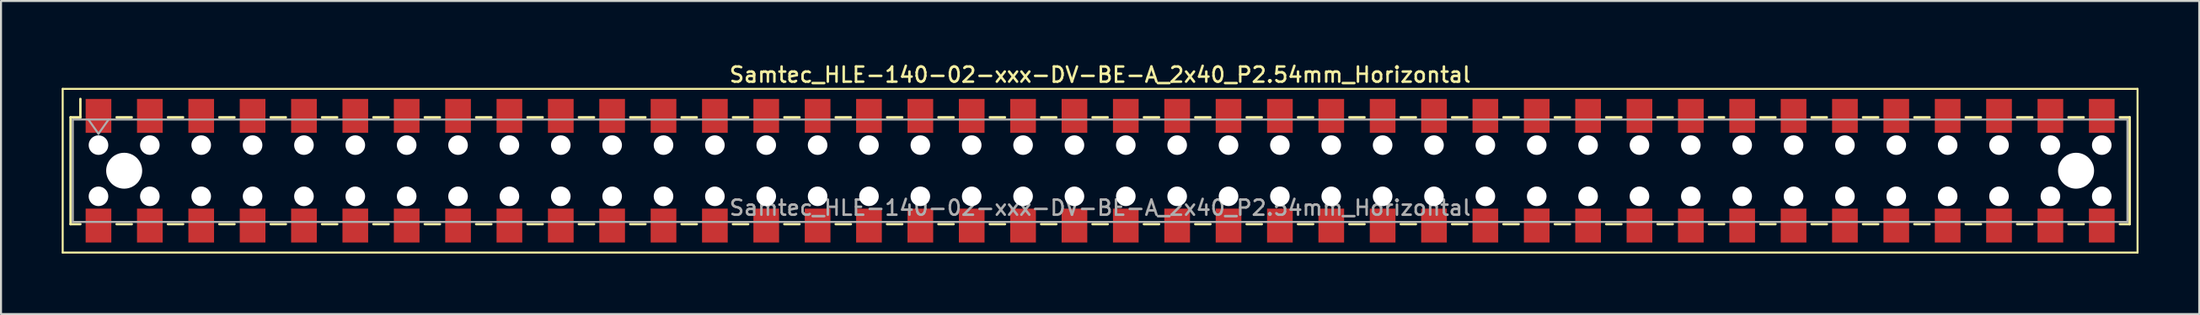
<source format=kicad_pcb>
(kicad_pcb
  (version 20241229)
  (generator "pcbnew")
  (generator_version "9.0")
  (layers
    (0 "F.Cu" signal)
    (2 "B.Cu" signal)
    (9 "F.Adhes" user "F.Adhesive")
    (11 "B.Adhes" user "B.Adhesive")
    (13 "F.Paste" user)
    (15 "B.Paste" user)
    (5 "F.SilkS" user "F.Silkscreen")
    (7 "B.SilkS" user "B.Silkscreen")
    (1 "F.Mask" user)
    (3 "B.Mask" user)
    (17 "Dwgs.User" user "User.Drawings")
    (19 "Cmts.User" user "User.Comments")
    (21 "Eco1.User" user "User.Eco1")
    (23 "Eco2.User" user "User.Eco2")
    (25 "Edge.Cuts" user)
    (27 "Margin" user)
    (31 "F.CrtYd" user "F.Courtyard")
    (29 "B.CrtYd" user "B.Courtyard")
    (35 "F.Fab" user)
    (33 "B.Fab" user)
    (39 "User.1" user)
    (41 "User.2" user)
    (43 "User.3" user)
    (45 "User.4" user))
  (footprint "Samtec_HLE-140-02-xxx-DV-BE-A_2x40_P2.54mm_Horizontal"
    (layer "F.Cu")
    (at 51.35 5.418)
    (property "Reference" "Samtec_HLE-140-02-xxx-DV-BE-A_2x40_P2.54mm_Horizontal" (at 0 -4.76 0) (layer "F.SilkS") (effects (font (size 0.75 0.75) (thickness 0.125))))
    (attr smd)
    (fp_line (start -51.3 -4.06) (end 51.3 -4.06) (stroke (width 0.1) (type solid)) (layer "F.SilkS"))
    (fp_line (start -51.3 4.06) (end -51.3 -4.06) (stroke (width 0.1) (type solid)) (layer "F.SilkS"))
    (fp_line (start -50.91 -2.65) (end -50.91 2.65) (stroke (width 0.12) (type solid)) (layer "F.SilkS"))
    (fp_line (start -50.91 2.65) (end -50.425 2.65) (stroke (width 0.12) (type solid)) (layer "F.SilkS"))
    (fp_line (start -50.425 -3.56) (end -50.425 -2.65) (stroke (width 0.12) (type solid)) (layer "F.SilkS"))
    (fp_line (start -50.425 -2.65) (end -50.91 -2.65) (stroke (width 0.12) (type solid)) (layer "F.SilkS"))
    (fp_line (start -48.635 -2.65) (end -47.885 -2.65) (stroke (width 0.12) (type solid)) (layer "F.SilkS"))
    (fp_line (start -48.635 2.65) (end -47.885 2.65) (stroke (width 0.12) (type solid)) (layer "F.SilkS"))
    (fp_line (start -46.095 -2.65) (end -45.345 -2.65) (stroke (width 0.12) (type solid)) (layer "F.SilkS"))
    (fp_line (start -46.095 2.65) (end -45.345 2.65) (stroke (width 0.12) (type solid)) (layer "F.SilkS"))
    (fp_line (start -43.555 -2.65) (end -42.805 -2.65) (stroke (width 0.12) (type solid)) (layer "F.SilkS"))
    (fp_line (start -43.555 2.65) (end -42.805 2.65) (stroke (width 0.12) (type solid)) (layer "F.SilkS"))
    (fp_line (start -41.015 -2.65) (end -40.265 -2.65) (stroke (width 0.12) (type solid)) (layer "F.SilkS"))
    (fp_line (start -41.015 2.65) (end -40.265 2.65) (stroke (width 0.12) (type solid)) (layer "F.SilkS"))
    (fp_line (start -38.475 -2.65) (end -37.725 -2.65) (stroke (width 0.12) (type solid)) (layer "F.SilkS"))
    (fp_line (start -38.475 2.65) (end -37.725 2.65) (stroke (width 0.12) (type solid)) (layer "F.SilkS"))
    (fp_line (start -35.935 -2.65) (end -35.185 -2.65) (stroke (width 0.12) (type solid)) (layer "F.SilkS"))
    (fp_line (start -35.935 2.65) (end -35.185 2.65) (stroke (width 0.12) (type solid)) (layer "F.SilkS"))
    (fp_line (start -33.395 -2.65) (end -32.645 -2.65) (stroke (width 0.12) (type solid)) (layer "F.SilkS"))
    (fp_line (start -33.395 2.65) (end -32.645 2.65) (stroke (width 0.12) (type solid)) (layer "F.SilkS"))
    (fp_line (start -30.855 -2.65) (end -30.105 -2.65) (stroke (width 0.12) (type solid)) (layer "F.SilkS"))
    (fp_line (start -30.855 2.65) (end -30.105 2.65) (stroke (width 0.12) (type solid)) (layer "F.SilkS"))
    (fp_line (start -28.315 -2.65) (end -27.565 -2.65) (stroke (width 0.12) (type solid)) (layer "F.SilkS"))
    (fp_line (start -28.315 2.65) (end -27.565 2.65) (stroke (width 0.12) (type solid)) (layer "F.SilkS"))
    (fp_line (start -25.775 -2.65) (end -25.025 -2.65) (stroke (width 0.12) (type solid)) (layer "F.SilkS"))
    (fp_line (start -25.775 2.65) (end -25.025 2.65) (stroke (width 0.12) (type solid)) (layer "F.SilkS"))
    (fp_line (start -23.235 -2.65) (end -22.485 -2.65) (stroke (width 0.12) (type solid)) (layer "F.SilkS"))
    (fp_line (start -23.235 2.65) (end -22.485 2.65) (stroke (width 0.12) (type solid)) (layer "F.SilkS"))
    (fp_line (start -20.695 -2.65) (end -19.945 -2.65) (stroke (width 0.12) (type solid)) (layer "F.SilkS"))
    (fp_line (start -20.695 2.65) (end -19.945 2.65) (stroke (width 0.12) (type solid)) (layer "F.SilkS"))
    (fp_line (start -18.155 -2.65) (end -17.405 -2.65) (stroke (width 0.12) (type solid)) (layer "F.SilkS"))
    (fp_line (start -18.155 2.65) (end -17.405 2.65) (stroke (width 0.12) (type solid)) (layer "F.SilkS"))
    (fp_line (start -15.615 -2.65) (end -14.865 -2.65) (stroke (width 0.12) (type solid)) (layer "F.SilkS"))
    (fp_line (start -15.615 2.65) (end -14.865 2.65) (stroke (width 0.12) (type solid)) (layer "F.SilkS"))
    (fp_line (start -13.075 -2.65) (end -12.325 -2.65) (stroke (width 0.12) (type solid)) (layer "F.SilkS"))
    (fp_line (start -13.075 2.65) (end -12.325 2.65) (stroke (width 0.12) (type solid)) (layer "F.SilkS"))
    (fp_line (start -10.535 -2.65) (end -9.785 -2.65) (stroke (width 0.12) (type solid)) (layer "F.SilkS"))
    (fp_line (start -10.535 2.65) (end -9.785 2.65) (stroke (width 0.12) (type solid)) (layer "F.SilkS"))
    (fp_line (start -7.995 -2.65) (end -7.245 -2.65) (stroke (width 0.12) (type solid)) (layer "F.SilkS"))
    (fp_line (start -7.995 2.65) (end -7.245 2.65) (stroke (width 0.12) (type solid)) (layer "F.SilkS"))
    (fp_line (start -5.455 -2.65) (end -4.705 -2.65) (stroke (width 0.12) (type solid)) (layer "F.SilkS"))
    (fp_line (start -5.455 2.65) (end -4.705 2.65) (stroke (width 0.12) (type solid)) (layer "F.SilkS"))
    (fp_line (start -2.915 -2.65) (end -2.165 -2.65) (stroke (width 0.12) (type solid)) (layer "F.SilkS"))
    (fp_line (start -2.915 2.65) (end -2.165 2.65) (stroke (width 0.12) (type solid)) (layer "F.SilkS"))
    (fp_line (start -0.375 -2.65) (end 0.375 -2.65) (stroke (width 0.12) (type solid)) (layer "F.SilkS"))
    (fp_line (start -0.375 2.65) (end 0.375 2.65) (stroke (width 0.12) (type solid)) (layer "F.SilkS"))
    (fp_line (start 2.165 -2.65) (end 2.915 -2.65) (stroke (width 0.12) (type solid)) (layer "F.SilkS"))
    (fp_line (start 2.165 2.65) (end 2.915 2.65) (stroke (width 0.12) (type solid)) (layer "F.SilkS"))
    (fp_line (start 4.705 -2.65) (end 5.455 -2.65) (stroke (width 0.12) (type solid)) (layer "F.SilkS"))
    (fp_line (start 4.705 2.65) (end 5.455 2.65) (stroke (width 0.12) (type solid)) (layer "F.SilkS"))
    (fp_line (start 7.245 -2.65) (end 7.995 -2.65) (stroke (width 0.12) (type solid)) (layer "F.SilkS"))
    (fp_line (start 7.245 2.65) (end 7.995 2.65) (stroke (width 0.12) (type solid)) (layer "F.SilkS"))
    (fp_line (start 9.785 -2.65) (end 10.535 -2.65) (stroke (width 0.12) (type solid)) (layer "F.SilkS"))
    (fp_line (start 9.785 2.65) (end 10.535 2.65) (stroke (width 0.12) (type solid)) (layer "F.SilkS"))
    (fp_line (start 12.325 -2.65) (end 13.075 -2.65) (stroke (width 0.12) (type solid)) (layer "F.SilkS"))
    (fp_line (start 12.325 2.65) (end 13.075 2.65) (stroke (width 0.12) (type solid)) (layer "F.SilkS"))
    (fp_line (start 14.865 -2.65) (end 15.615 -2.65) (stroke (width 0.12) (type solid)) (layer "F.SilkS"))
    (fp_line (start 14.865 2.65) (end 15.615 2.65) (stroke (width 0.12) (type solid)) (layer "F.SilkS"))
    (fp_line (start 17.405 -2.65) (end 18.155 -2.65) (stroke (width 0.12) (type solid)) (layer "F.SilkS"))
    (fp_line (start 17.405 2.65) (end 18.155 2.65) (stroke (width 0.12) (type solid)) (layer "F.SilkS"))
    (fp_line (start 19.945 -2.65) (end 20.695 -2.65) (stroke (width 0.12) (type solid)) (layer "F.SilkS"))
    (fp_line (start 19.945 2.65) (end 20.695 2.65) (stroke (width 0.12) (type solid)) (layer "F.SilkS"))
    (fp_line (start 22.485 -2.65) (end 23.235 -2.65) (stroke (width 0.12) (type solid)) (layer "F.SilkS"))
    (fp_line (start 22.485 2.65) (end 23.235 2.65) (stroke (width 0.12) (type solid)) (layer "F.SilkS"))
    (fp_line (start 25.025 -2.65) (end 25.775 -2.65) (stroke (width 0.12) (type solid)) (layer "F.SilkS"))
    (fp_line (start 25.025 2.65) (end 25.775 2.65) (stroke (width 0.12) (type solid)) (layer "F.SilkS"))
    (fp_line (start 27.565 -2.65) (end 28.315 -2.65) (stroke (width 0.12) (type solid)) (layer "F.SilkS"))
    (fp_line (start 27.565 2.65) (end 28.315 2.65) (stroke (width 0.12) (type solid)) (layer "F.SilkS"))
    (fp_line (start 30.105 -2.65) (end 30.855 -2.65) (stroke (width 0.12) (type solid)) (layer "F.SilkS"))
    (fp_line (start 30.105 2.65) (end 30.855 2.65) (stroke (width 0.12) (type solid)) (layer "F.SilkS"))
    (fp_line (start 32.645 -2.65) (end 33.395 -2.65) (stroke (width 0.12) (type solid)) (layer "F.SilkS"))
    (fp_line (start 32.645 2.65) (end 33.395 2.65) (stroke (width 0.12) (type solid)) (layer "F.SilkS"))
    (fp_line (start 35.185 -2.65) (end 35.935 -2.65) (stroke (width 0.12) (type solid)) (layer "F.SilkS"))
    (fp_line (start 35.185 2.65) (end 35.935 2.65) (stroke (width 0.12) (type solid)) (layer "F.SilkS"))
    (fp_line (start 37.725 -2.65) (end 38.475 -2.65) (stroke (width 0.12) (type solid)) (layer "F.SilkS"))
    (fp_line (start 37.725 2.65) (end 38.475 2.65) (stroke (width 0.12) (type solid)) (layer "F.SilkS"))
    (fp_line (start 40.265 -2.65) (end 41.015 -2.65) (stroke (width 0.12) (type solid)) (layer "F.SilkS"))
    (fp_line (start 40.265 2.65) (end 41.015 2.65) (stroke (width 0.12) (type solid)) (layer "F.SilkS"))
    (fp_line (start 42.805 -2.65) (end 43.555 -2.65) (stroke (width 0.12) (type solid)) (layer "F.SilkS"))
    (fp_line (start 42.805 2.65) (end 43.555 2.65) (stroke (width 0.12) (type solid)) (layer "F.SilkS"))
    (fp_line (start 45.345 -2.65) (end 46.095 -2.65) (stroke (width 0.12) (type solid)) (layer "F.SilkS"))
    (fp_line (start 45.345 2.65) (end 46.095 2.65) (stroke (width 0.12) (type solid)) (layer "F.SilkS"))
    (fp_line (start 47.885 -2.65) (end 48.635 -2.65) (stroke (width 0.12) (type solid)) (layer "F.SilkS"))
    (fp_line (start 47.885 2.65) (end 48.635 2.65) (stroke (width 0.12) (type solid)) (layer "F.SilkS"))
    (fp_line (start 50.425 -2.65) (end 50.91 -2.65) (stroke (width 0.12) (type solid)) (layer "F.SilkS"))
    (fp_line (start 50.91 -2.65) (end 50.91 2.65) (stroke (width 0.12) (type solid)) (layer "F.SilkS"))
    (fp_line (start 50.91 2.65) (end 50.425 2.65) (stroke (width 0.12) (type solid)) (layer "F.SilkS"))
    (fp_line (start 51.3 -4.06) (end 51.3 4.06) (stroke (width 0.1) (type solid)) (layer "F.SilkS"))
    (fp_line (start 51.3 4.06) (end -51.3 4.06) (stroke (width 0.1) (type solid)) (layer "F.SilkS"))
    (fp_line (start -50.8 -2.54) (end 50.8 -2.54) (stroke (width 0.1) (type solid)) (layer "F.Fab"))
    (fp_line (start -50.8 2.54) (end -50.8 -2.54) (stroke (width 0.1) (type solid)) (layer "F.Fab"))
    (fp_line (start -50.03 -2.54) (end -49.53 -1.833) (stroke (width 0.1) (type solid)) (layer "F.Fab"))
    (fp_line (start -49.53 -1.833) (end -49.03 -2.54) (stroke (width 0.1) (type solid)) (layer "F.Fab"))
    (fp_line (start 50.8 -2.54) (end 50.8 2.54) (stroke (width 0.1) (type solid)) (layer "F.Fab"))
    (fp_line (start 50.8 2.54) (end -50.8 2.54) (stroke (width 0.1) (type solid)) (layer "F.Fab"))
    (fp_text user "${REFERENCE}" (at 0 1.84 0) (layer "F.Fab") (effects (font (size 0.75 0.75) (thickness 0.125))))
    (pad "" np_thru_hole circle (at -49.53 -1.27) (size 0.97 0.97) (drill 0.97) (layers "*.Cu" "*.Mask"))
    (pad "" np_thru_hole circle (at -49.53 1.27) (size 0.97 0.97) (drill 0.97) (layers "*.Cu" "*.Mask"))
    (pad "" np_thru_hole circle (at -48.26 0) (size 1.78 1.78) (drill 1.78) (layers "*.Cu" "*.Mask"))
    (pad "" np_thru_hole circle (at -46.99 -1.27) (size 0.97 0.97) (drill 0.97) (layers "*.Cu" "*.Mask"))
    (pad "" np_thru_hole circle (at -46.99 1.27) (size 0.97 0.97) (drill 0.97) (layers "*.Cu" "*.Mask"))
    (pad "" np_thru_hole circle (at -44.45 -1.27) (size 0.97 0.97) (drill 0.97) (layers "*.Cu" "*.Mask"))
    (pad "" np_thru_hole circle (at -44.45 1.27) (size 0.97 0.97) (drill 0.97) (layers "*.Cu" "*.Mask"))
    (pad "" np_thru_hole circle (at -41.91 -1.27) (size 0.97 0.97) (drill 0.97) (layers "*.Cu" "*.Mask"))
    (pad "" np_thru_hole circle (at -41.91 1.27) (size 0.97 0.97) (drill 0.97) (layers "*.Cu" "*.Mask"))
    (pad "" np_thru_hole circle (at -39.37 -1.27) (size 0.97 0.97) (drill 0.97) (layers "*.Cu" "*.Mask"))
    (pad "" np_thru_hole circle (at -39.37 1.27) (size 0.97 0.97) (drill 0.97) (layers "*.Cu" "*.Mask"))
    (pad "" np_thru_hole circle (at -36.83 -1.27) (size 0.97 0.97) (drill 0.97) (layers "*.Cu" "*.Mask"))
    (pad "" np_thru_hole circle (at -36.83 1.27) (size 0.97 0.97) (drill 0.97) (layers "*.Cu" "*.Mask"))
    (pad "" np_thru_hole circle (at -34.29 -1.27) (size 0.97 0.97) (drill 0.97) (layers "*.Cu" "*.Mask"))
    (pad "" np_thru_hole circle (at -34.29 1.27) (size 0.97 0.97) (drill 0.97) (layers "*.Cu" "*.Mask"))
    (pad "" np_thru_hole circle (at -31.75 -1.27) (size 0.97 0.97) (drill 0.97) (layers "*.Cu" "*.Mask"))
    (pad "" np_thru_hole circle (at -31.75 1.27) (size 0.97 0.97) (drill 0.97) (layers "*.Cu" "*.Mask"))
    (pad "" np_thru_hole circle (at -29.21 -1.27) (size 0.97 0.97) (drill 0.97) (layers "*.Cu" "*.Mask"))
    (pad "" np_thru_hole circle (at -29.21 1.27) (size 0.97 0.97) (drill 0.97) (layers "*.Cu" "*.Mask"))
    (pad "" np_thru_hole circle (at -26.67 -1.27) (size 0.97 0.97) (drill 0.97) (layers "*.Cu" "*.Mask"))
    (pad "" np_thru_hole circle (at -26.67 1.27) (size 0.97 0.97) (drill 0.97) (layers "*.Cu" "*.Mask"))
    (pad "" np_thru_hole circle (at -24.13 -1.27) (size 0.97 0.97) (drill 0.97) (layers "*.Cu" "*.Mask"))
    (pad "" np_thru_hole circle (at -24.13 1.27) (size 0.97 0.97) (drill 0.97) (layers "*.Cu" "*.Mask"))
    (pad "" np_thru_hole circle (at -21.59 -1.27) (size 0.97 0.97) (drill 0.97) (layers "*.Cu" "*.Mask"))
    (pad "" np_thru_hole circle (at -21.59 1.27) (size 0.97 0.97) (drill 0.97) (layers "*.Cu" "*.Mask"))
    (pad "" np_thru_hole circle (at -19.05 -1.27) (size 0.97 0.97) (drill 0.97) (layers "*.Cu" "*.Mask"))
    (pad "" np_thru_hole circle (at -19.05 1.27) (size 0.97 0.97) (drill 0.97) (layers "*.Cu" "*.Mask"))
    (pad "" np_thru_hole circle (at -16.51 -1.27) (size 0.97 0.97) (drill 0.97) (layers "*.Cu" "*.Mask"))
    (pad "" np_thru_hole circle (at -16.51 1.27) (size 0.97 0.97) (drill 0.97) (layers "*.Cu" "*.Mask"))
    (pad "" np_thru_hole circle (at -13.97 -1.27) (size 0.97 0.97) (drill 0.97) (layers "*.Cu" "*.Mask"))
    (pad "" np_thru_hole circle (at -13.97 1.27) (size 0.97 0.97) (drill 0.97) (layers "*.Cu" "*.Mask"))
    (pad "" np_thru_hole circle (at -11.43 -1.27) (size 0.97 0.97) (drill 0.97) (layers "*.Cu" "*.Mask"))
    (pad "" np_thru_hole circle (at -11.43 1.27) (size 0.97 0.97) (drill 0.97) (layers "*.Cu" "*.Mask"))
    (pad "" np_thru_hole circle (at -8.89 -1.27) (size 0.97 0.97) (drill 0.97) (layers "*.Cu" "*.Mask"))
    (pad "" np_thru_hole circle (at -8.89 1.27) (size 0.97 0.97) (drill 0.97) (layers "*.Cu" "*.Mask"))
    (pad "" np_thru_hole circle (at -6.35 -1.27) (size 0.97 0.97) (drill 0.97) (layers "*.Cu" "*.Mask"))
    (pad "" np_thru_hole circle (at -6.35 1.27) (size 0.97 0.97) (drill 0.97) (layers "*.Cu" "*.Mask"))
    (pad "" np_thru_hole circle (at -3.81 -1.27) (size 0.97 0.97) (drill 0.97) (layers "*.Cu" "*.Mask"))
    (pad "" np_thru_hole circle (at -3.81 1.27) (size 0.97 0.97) (drill 0.97) (layers "*.Cu" "*.Mask"))
    (pad "" np_thru_hole circle (at -1.27 -1.27) (size 0.97 0.97) (drill 0.97) (layers "*.Cu" "*.Mask"))
    (pad "" np_thru_hole circle (at -1.27 1.27) (size 0.97 0.97) (drill 0.97) (layers "*.Cu" "*.Mask"))
    (pad "" np_thru_hole circle (at 1.27 -1.27) (size 0.97 0.97) (drill 0.97) (layers "*.Cu" "*.Mask"))
    (pad "" np_thru_hole circle (at 1.27 1.27) (size 0.97 0.97) (drill 0.97) (layers "*.Cu" "*.Mask"))
    (pad "" np_thru_hole circle (at 3.81 -1.27) (size 0.97 0.97) (drill 0.97) (layers "*.Cu" "*.Mask"))
    (pad "" np_thru_hole circle (at 3.81 1.27) (size 0.97 0.97) (drill 0.97) (layers "*.Cu" "*.Mask"))
    (pad "" np_thru_hole circle (at 6.35 -1.27) (size 0.97 0.97) (drill 0.97) (layers "*.Cu" "*.Mask"))
    (pad "" np_thru_hole circle (at 6.35 1.27) (size 0.97 0.97) (drill 0.97) (layers "*.Cu" "*.Mask"))
    (pad "" np_thru_hole circle (at 8.89 -1.27) (size 0.97 0.97) (drill 0.97) (layers "*.Cu" "*.Mask"))
    (pad "" np_thru_hole circle (at 8.89 1.27) (size 0.97 0.97) (drill 0.97) (layers "*.Cu" "*.Mask"))
    (pad "" np_thru_hole circle (at 11.43 -1.27) (size 0.97 0.97) (drill 0.97) (layers "*.Cu" "*.Mask"))
    (pad "" np_thru_hole circle (at 11.43 1.27) (size 0.97 0.97) (drill 0.97) (layers "*.Cu" "*.Mask"))
    (pad "" np_thru_hole circle (at 13.97 -1.27) (size 0.97 0.97) (drill 0.97) (layers "*.Cu" "*.Mask"))
    (pad "" np_thru_hole circle (at 13.97 1.27) (size 0.97 0.97) (drill 0.97) (layers "*.Cu" "*.Mask"))
    (pad "" np_thru_hole circle (at 16.51 -1.27) (size 0.97 0.97) (drill 0.97) (layers "*.Cu" "*.Mask"))
    (pad "" np_thru_hole circle (at 16.51 1.27) (size 0.97 0.97) (drill 0.97) (layers "*.Cu" "*.Mask"))
    (pad "" np_thru_hole circle (at 19.05 -1.27) (size 0.97 0.97) (drill 0.97) (layers "*.Cu" "*.Mask"))
    (pad "" np_thru_hole circle (at 19.05 1.27) (size 0.97 0.97) (drill 0.97) (layers "*.Cu" "*.Mask"))
    (pad "" np_thru_hole circle (at 21.59 -1.27) (size 0.97 0.97) (drill 0.97) (layers "*.Cu" "*.Mask"))
    (pad "" np_thru_hole circle (at 21.59 1.27) (size 0.97 0.97) (drill 0.97) (layers "*.Cu" "*.Mask"))
    (pad "" np_thru_hole circle (at 24.13 -1.27) (size 0.97 0.97) (drill 0.97) (layers "*.Cu" "*.Mask"))
    (pad "" np_thru_hole circle (at 24.13 1.27) (size 0.97 0.97) (drill 0.97) (layers "*.Cu" "*.Mask"))
    (pad "" np_thru_hole circle (at 26.67 -1.27) (size 0.97 0.97) (drill 0.97) (layers "*.Cu" "*.Mask"))
    (pad "" np_thru_hole circle (at 26.67 1.27) (size 0.97 0.97) (drill 0.97) (layers "*.Cu" "*.Mask"))
    (pad "" np_thru_hole circle (at 29.21 -1.27) (size 0.97 0.97) (drill 0.97) (layers "*.Cu" "*.Mask"))
    (pad "" np_thru_hole circle (at 29.21 1.27) (size 0.97 0.97) (drill 0.97) (layers "*.Cu" "*.Mask"))
    (pad "" np_thru_hole circle (at 31.75 -1.27) (size 0.97 0.97) (drill 0.97) (layers "*.Cu" "*.Mask"))
    (pad "" np_thru_hole circle (at 31.75 1.27) (size 0.97 0.97) (drill 0.97) (layers "*.Cu" "*.Mask"))
    (pad "" np_thru_hole circle (at 34.29 -1.27) (size 0.97 0.97) (drill 0.97) (layers "*.Cu" "*.Mask"))
    (pad "" np_thru_hole circle (at 34.29 1.27) (size 0.97 0.97) (drill 0.97) (layers "*.Cu" "*.Mask"))
    (pad "" np_thru_hole circle (at 36.83 -1.27) (size 0.97 0.97) (drill 0.97) (layers "*.Cu" "*.Mask"))
    (pad "" np_thru_hole circle (at 36.83 1.27) (size 0.97 0.97) (drill 0.97) (layers "*.Cu" "*.Mask"))
    (pad "" np_thru_hole circle (at 39.37 -1.27) (size 0.97 0.97) (drill 0.97) (layers "*.Cu" "*.Mask"))
    (pad "" np_thru_hole circle (at 39.37 1.27) (size 0.97 0.97) (drill 0.97) (layers "*.Cu" "*.Mask"))
    (pad "" np_thru_hole circle (at 41.91 -1.27) (size 0.97 0.97) (drill 0.97) (layers "*.Cu" "*.Mask"))
    (pad "" np_thru_hole circle (at 41.91 1.27) (size 0.97 0.97) (drill 0.97) (layers "*.Cu" "*.Mask"))
    (pad "" np_thru_hole circle (at 44.45 -1.27) (size 0.97 0.97) (drill 0.97) (layers "*.Cu" "*.Mask"))
    (pad "" np_thru_hole circle (at 44.45 1.27) (size 0.97 0.97) (drill 0.97) (layers "*.Cu" "*.Mask"))
    (pad "" np_thru_hole circle (at 46.99 -1.27) (size 0.97 0.97) (drill 0.97) (layers "*.Cu" "*.Mask"))
    (pad "" np_thru_hole circle (at 46.99 1.27) (size 0.97 0.97) (drill 0.97) (layers "*.Cu" "*.Mask"))
    (pad "" np_thru_hole circle (at 48.26 0) (size 1.78 1.78) (drill 1.78) (layers "*.Cu" "*.Mask"))
    (pad "" np_thru_hole circle (at 49.53 -1.27) (size 0.97 0.97) (drill 0.97) (layers "*.Cu" "*.Mask"))
    (pad "" np_thru_hole circle (at 49.53 1.27) (size 0.97 0.97) (drill 0.97) (layers "*.Cu" "*.Mask"))
    (pad "1" smd rect (at -49.53 -2.72) (size 1.27 1.68) (layers "F.Cu" "F.Mask" "F.Paste"))
    (pad "2" smd rect (at -49.53 2.72) (size 1.27 1.68) (layers "F.Cu" "F.Mask" "F.Paste"))
    (pad "3" smd rect (at -46.99 -2.72) (size 1.27 1.68) (layers "F.Cu" "F.Mask" "F.Paste"))
    (pad "4" smd rect (at -46.99 2.72) (size 1.27 1.68) (layers "F.Cu" "F.Mask" "F.Paste"))
    (pad "5" smd rect (at -44.45 -2.72) (size 1.27 1.68) (layers "F.Cu" "F.Mask" "F.Paste"))
    (pad "6" smd rect (at -44.45 2.72) (size 1.27 1.68) (layers "F.Cu" "F.Mask" "F.Paste"))
    (pad "7" smd rect (at -41.91 -2.72) (size 1.27 1.68) (layers "F.Cu" "F.Mask" "F.Paste"))
    (pad "8" smd rect (at -41.91 2.72) (size 1.27 1.68) (layers "F.Cu" "F.Mask" "F.Paste"))
    (pad "9" smd rect (at -39.37 -2.72) (size 1.27 1.68) (layers "F.Cu" "F.Mask" "F.Paste"))
    (pad "10" smd rect (at -39.37 2.72) (size 1.27 1.68) (layers "F.Cu" "F.Mask" "F.Paste"))
    (pad "11" smd rect (at -36.83 -2.72) (size 1.27 1.68) (layers "F.Cu" "F.Mask" "F.Paste"))
    (pad "12" smd rect (at -36.83 2.72) (size 1.27 1.68) (layers "F.Cu" "F.Mask" "F.Paste"))
    (pad "13" smd rect (at -34.29 -2.72) (size 1.27 1.68) (layers "F.Cu" "F.Mask" "F.Paste"))
    (pad "14" smd rect (at -34.29 2.72) (size 1.27 1.68) (layers "F.Cu" "F.Mask" "F.Paste"))
    (pad "15" smd rect (at -31.75 -2.72) (size 1.27 1.68) (layers "F.Cu" "F.Mask" "F.Paste"))
    (pad "16" smd rect (at -31.75 2.72) (size 1.27 1.68) (layers "F.Cu" "F.Mask" "F.Paste"))
    (pad "17" smd rect (at -29.21 -2.72) (size 1.27 1.68) (layers "F.Cu" "F.Mask" "F.Paste"))
    (pad "18" smd rect (at -29.21 2.72) (size 1.27 1.68) (layers "F.Cu" "F.Mask" "F.Paste"))
    (pad "19" smd rect (at -26.67 -2.72) (size 1.27 1.68) (layers "F.Cu" "F.Mask" "F.Paste"))
    (pad "20" smd rect (at -26.67 2.72) (size 1.27 1.68) (layers "F.Cu" "F.Mask" "F.Paste"))
    (pad "21" smd rect (at -24.13 -2.72) (size 1.27 1.68) (layers "F.Cu" "F.Mask" "F.Paste"))
    (pad "22" smd rect (at -24.13 2.72) (size 1.27 1.68) (layers "F.Cu" "F.Mask" "F.Paste"))
    (pad "23" smd rect (at -21.59 -2.72) (size 1.27 1.68) (layers "F.Cu" "F.Mask" "F.Paste"))
    (pad "24" smd rect (at -21.59 2.72) (size 1.27 1.68) (layers "F.Cu" "F.Mask" "F.Paste"))
    (pad "25" smd rect (at -19.05 -2.72) (size 1.27 1.68) (layers "F.Cu" "F.Mask" "F.Paste"))
    (pad "26" smd rect (at -19.05 2.72) (size 1.27 1.68) (layers "F.Cu" "F.Mask" "F.Paste"))
    (pad "27" smd rect (at -16.51 -2.72) (size 1.27 1.68) (layers "F.Cu" "F.Mask" "F.Paste"))
    (pad "28" smd rect (at -16.51 2.72) (size 1.27 1.68) (layers "F.Cu" "F.Mask" "F.Paste"))
    (pad "29" smd rect (at -13.97 -2.72) (size 1.27 1.68) (layers "F.Cu" "F.Mask" "F.Paste"))
    (pad "30" smd rect (at -13.97 2.72) (size 1.27 1.68) (layers "F.Cu" "F.Mask" "F.Paste"))
    (pad "31" smd rect (at -11.43 -2.72) (size 1.27 1.68) (layers "F.Cu" "F.Mask" "F.Paste"))
    (pad "32" smd rect (at -11.43 2.72) (size 1.27 1.68) (layers "F.Cu" "F.Mask" "F.Paste"))
    (pad "33" smd rect (at -8.89 -2.72) (size 1.27 1.68) (layers "F.Cu" "F.Mask" "F.Paste"))
    (pad "34" smd rect (at -8.89 2.72) (size 1.27 1.68) (layers "F.Cu" "F.Mask" "F.Paste"))
    (pad "35" smd rect (at -6.35 -2.72) (size 1.27 1.68) (layers "F.Cu" "F.Mask" "F.Paste"))
    (pad "36" smd rect (at -6.35 2.72) (size 1.27 1.68) (layers "F.Cu" "F.Mask" "F.Paste"))
    (pad "37" smd rect (at -3.81 -2.72) (size 1.27 1.68) (layers "F.Cu" "F.Mask" "F.Paste"))
    (pad "38" smd rect (at -3.81 2.72) (size 1.27 1.68) (layers "F.Cu" "F.Mask" "F.Paste"))
    (pad "39" smd rect (at -1.27 -2.72) (size 1.27 1.68) (layers "F.Cu" "F.Mask" "F.Paste"))
    (pad "40" smd rect (at -1.27 2.72) (size 1.27 1.68) (layers "F.Cu" "F.Mask" "F.Paste"))
    (pad "41" smd rect (at 1.27 -2.72) (size 1.27 1.68) (layers "F.Cu" "F.Mask" "F.Paste"))
    (pad "42" smd rect (at 1.27 2.72) (size 1.27 1.68) (layers "F.Cu" "F.Mask" "F.Paste"))
    (pad "43" smd rect (at 3.81 -2.72) (size 1.27 1.68) (layers "F.Cu" "F.Mask" "F.Paste"))
    (pad "44" smd rect (at 3.81 2.72) (size 1.27 1.68) (layers "F.Cu" "F.Mask" "F.Paste"))
    (pad "45" smd rect (at 6.35 -2.72) (size 1.27 1.68) (layers "F.Cu" "F.Mask" "F.Paste"))
    (pad "46" smd rect (at 6.35 2.72) (size 1.27 1.68) (layers "F.Cu" "F.Mask" "F.Paste"))
    (pad "47" smd rect (at 8.89 -2.72) (size 1.27 1.68) (layers "F.Cu" "F.Mask" "F.Paste"))
    (pad "48" smd rect (at 8.89 2.72) (size 1.27 1.68) (layers "F.Cu" "F.Mask" "F.Paste"))
    (pad "49" smd rect (at 11.43 -2.72) (size 1.27 1.68) (layers "F.Cu" "F.Mask" "F.Paste"))
    (pad "50" smd rect (at 11.43 2.72) (size 1.27 1.68) (layers "F.Cu" "F.Mask" "F.Paste"))
    (pad "51" smd rect (at 13.97 -2.72) (size 1.27 1.68) (layers "F.Cu" "F.Mask" "F.Paste"))
    (pad "52" smd rect (at 13.97 2.72) (size 1.27 1.68) (layers "F.Cu" "F.Mask" "F.Paste"))
    (pad "53" smd rect (at 16.51 -2.72) (size 1.27 1.68) (layers "F.Cu" "F.Mask" "F.Paste"))
    (pad "54" smd rect (at 16.51 2.72) (size 1.27 1.68) (layers "F.Cu" "F.Mask" "F.Paste"))
    (pad "55" smd rect (at 19.05 -2.72) (size 1.27 1.68) (layers "F.Cu" "F.Mask" "F.Paste"))
    (pad "56" smd rect (at 19.05 2.72) (size 1.27 1.68) (layers "F.Cu" "F.Mask" "F.Paste"))
    (pad "57" smd rect (at 21.59 -2.72) (size 1.27 1.68) (layers "F.Cu" "F.Mask" "F.Paste"))
    (pad "58" smd rect (at 21.59 2.72) (size 1.27 1.68) (layers "F.Cu" "F.Mask" "F.Paste"))
    (pad "59" smd rect (at 24.13 -2.72) (size 1.27 1.68) (layers "F.Cu" "F.Mask" "F.Paste"))
    (pad "60" smd rect (at 24.13 2.72) (size 1.27 1.68) (layers "F.Cu" "F.Mask" "F.Paste"))
    (pad "61" smd rect (at 26.67 -2.72) (size 1.27 1.68) (layers "F.Cu" "F.Mask" "F.Paste"))
    (pad "62" smd rect (at 26.67 2.72) (size 1.27 1.68) (layers "F.Cu" "F.Mask" "F.Paste"))
    (pad "63" smd rect (at 29.21 -2.72) (size 1.27 1.68) (layers "F.Cu" "F.Mask" "F.Paste"))
    (pad "64" smd rect (at 29.21 2.72) (size 1.27 1.68) (layers "F.Cu" "F.Mask" "F.Paste"))
    (pad "65" smd rect (at 31.75 -2.72) (size 1.27 1.68) (layers "F.Cu" "F.Mask" "F.Paste"))
    (pad "66" smd rect (at 31.75 2.72) (size 1.27 1.68) (layers "F.Cu" "F.Mask" "F.Paste"))
    (pad "67" smd rect (at 34.29 -2.72) (size 1.27 1.68) (layers "F.Cu" "F.Mask" "F.Paste"))
    (pad "68" smd rect (at 34.29 2.72) (size 1.27 1.68) (layers "F.Cu" "F.Mask" "F.Paste"))
    (pad "69" smd rect (at 36.83 -2.72) (size 1.27 1.68) (layers "F.Cu" "F.Mask" "F.Paste"))
    (pad "70" smd rect (at 36.83 2.72) (size 1.27 1.68) (layers "F.Cu" "F.Mask" "F.Paste"))
    (pad "71" smd rect (at 39.37 -2.72) (size 1.27 1.68) (layers "F.Cu" "F.Mask" "F.Paste"))
    (pad "72" smd rect (at 39.37 2.72) (size 1.27 1.68) (layers "F.Cu" "F.Mask" "F.Paste"))
    (pad "73" smd rect (at 41.91 -2.72) (size 1.27 1.68) (layers "F.Cu" "F.Mask" "F.Paste"))
    (pad "74" smd rect (at 41.91 2.72) (size 1.27 1.68) (layers "F.Cu" "F.Mask" "F.Paste"))
    (pad "75" smd rect (at 44.45 -2.72) (size 1.27 1.68) (layers "F.Cu" "F.Mask" "F.Paste"))
    (pad "76" smd rect (at 44.45 2.72) (size 1.27 1.68) (layers "F.Cu" "F.Mask" "F.Paste"))
    (pad "77" smd rect (at 46.99 -2.72) (size 1.27 1.68) (layers "F.Cu" "F.Mask" "F.Paste"))
    (pad "78" smd rect (at 46.99 2.72) (size 1.27 1.68) (layers "F.Cu" "F.Mask" "F.Paste"))
    (pad "79" smd rect (at 49.53 -2.72) (size 1.27 1.68) (layers "F.Cu" "F.Mask" "F.Paste"))
    (pad "80" smd rect (at 49.53 2.72) (size 1.27 1.68) (layers "F.Cu" "F.Mask" "F.Paste")))
  (gr_rect
    (start -3 -3)
    (end 105.7 12.528)
    (stroke (width 0.1) (type default))
    (fill no)
    (layer "Edge.Cuts")))
</source>
